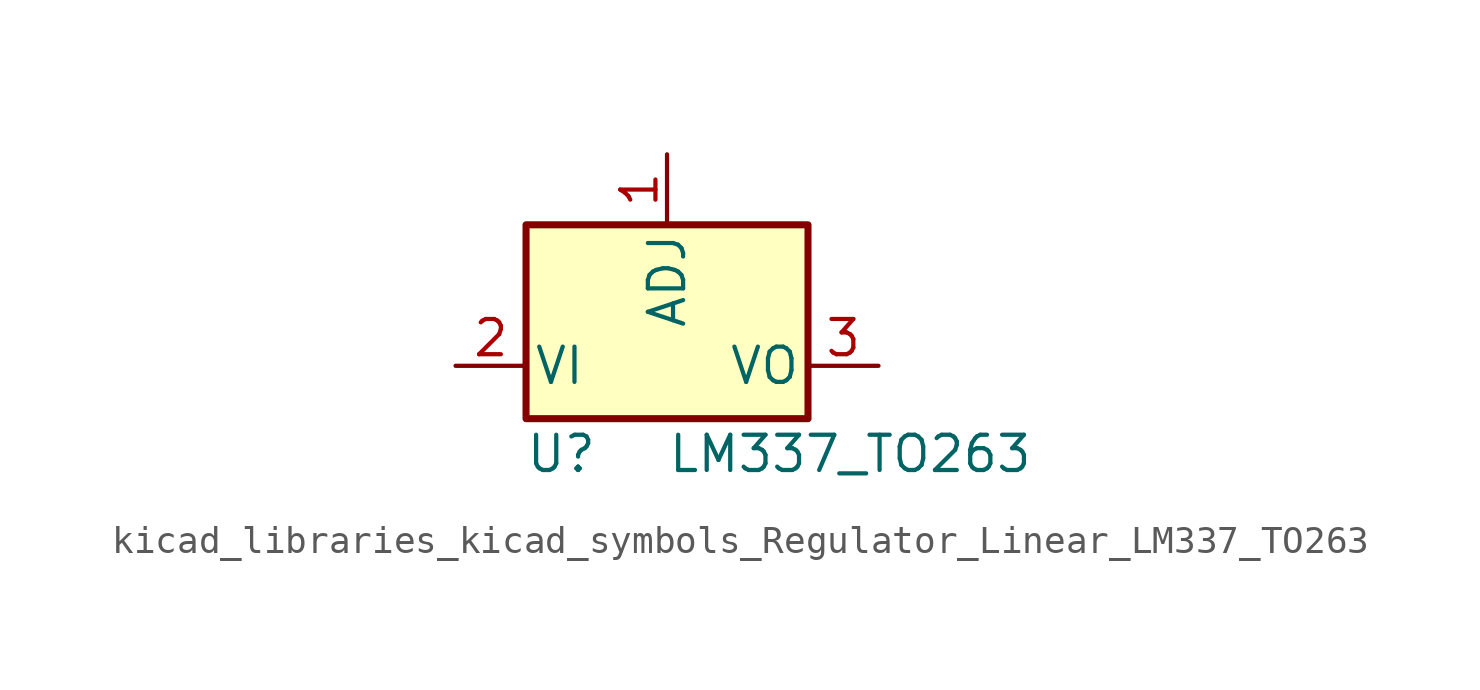
<source format=kicad_sym>
(kicad_symbol_lib
  (version 20220914)
  (generator kicad_symbol_editor)
  (symbol "kicad_libraries_kicad_symbols_Regulator_Linear_LM337_TO263"
    (pin_names
      (offset 0.254))
    (property "Reference" "U"
      (at -3.81 -3.175 0)
      (effects (font (size 1.27 1.27))))
    (property "Value" "LM337_TO263"
      (at 0 -3.175 0)
      (effects (font (size 1.27 1.27)) (justify left)))
    (symbol "kicad_libraries_kicad_symbols_Regulator_Linear_LM337_TO263_0_1"
      (rectangle (start -5.08 5.08) (end 5.08 -1.905) (stroke (width 0.254) (type default)) (fill (type background))))
    (symbol "kicad_libraries_kicad_symbols_Regulator_Linear_LM337_TO263_1_1"
      (pin input line (at 0 7.62 270) (length 2.54) (name "ADJ" (effects (font (size 1.27 1.27)))) (number "1" (effects (font (size 1.27 1.27)))))
      (pin power_in line (at -7.62 0 0) (length 2.54) (name "VI" (effects (font (size 1.27 1.27)))) (number "2" (effects (font (size 1.27 1.27)))))
      (pin power_out line (at 7.62 0 180) (length 2.54) (name "VO" (effects (font (size 1.27 1.27)))) (number "3" (effects (font (size 1.27 1.27))))))))
</source>
